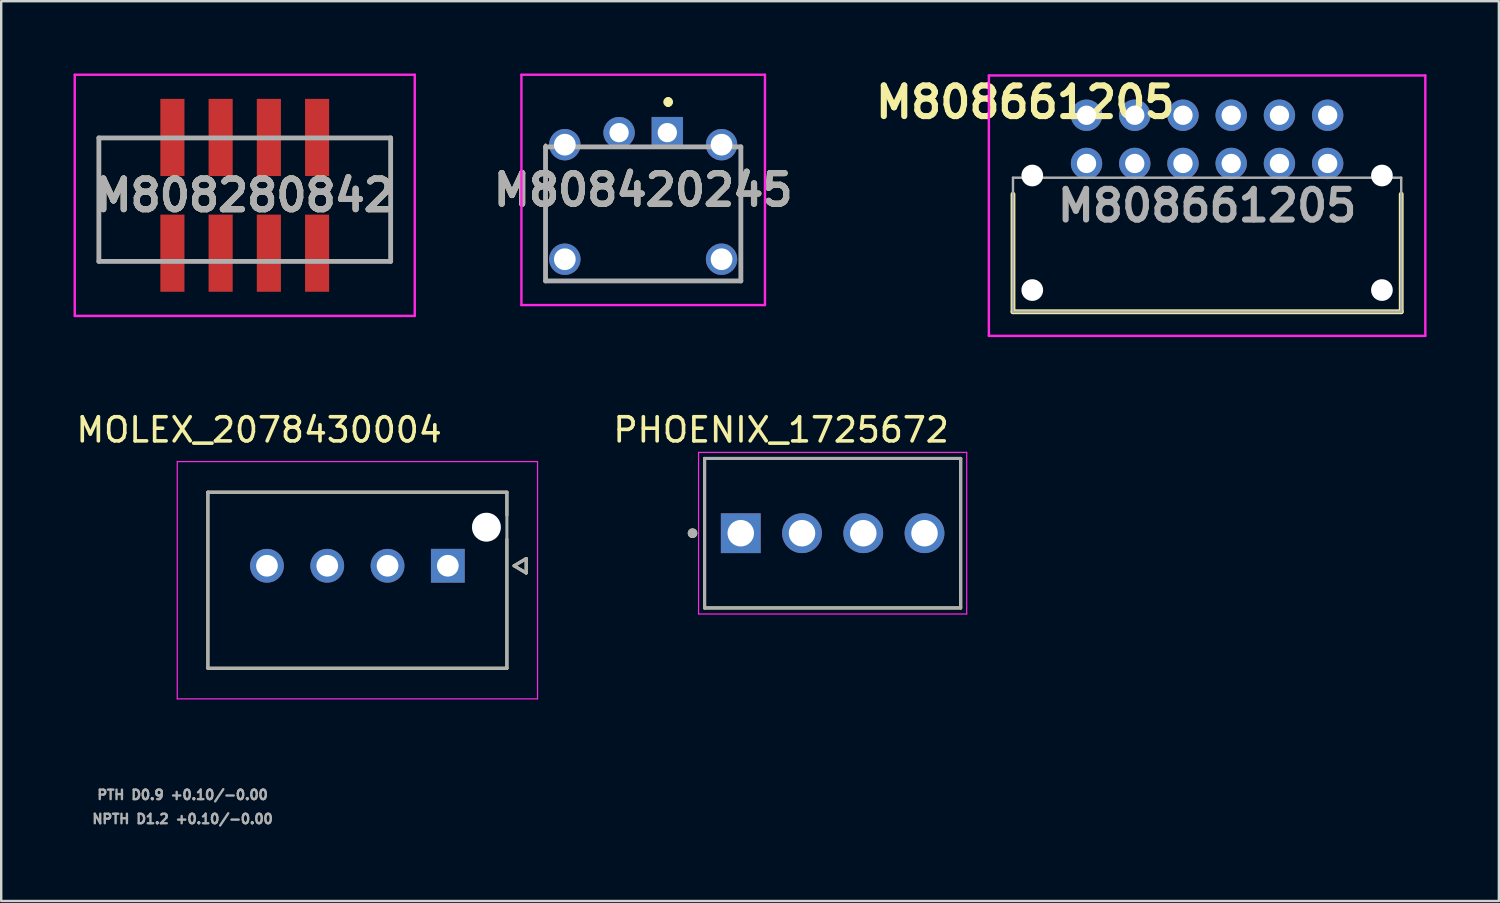
<source format=kicad_pcb>
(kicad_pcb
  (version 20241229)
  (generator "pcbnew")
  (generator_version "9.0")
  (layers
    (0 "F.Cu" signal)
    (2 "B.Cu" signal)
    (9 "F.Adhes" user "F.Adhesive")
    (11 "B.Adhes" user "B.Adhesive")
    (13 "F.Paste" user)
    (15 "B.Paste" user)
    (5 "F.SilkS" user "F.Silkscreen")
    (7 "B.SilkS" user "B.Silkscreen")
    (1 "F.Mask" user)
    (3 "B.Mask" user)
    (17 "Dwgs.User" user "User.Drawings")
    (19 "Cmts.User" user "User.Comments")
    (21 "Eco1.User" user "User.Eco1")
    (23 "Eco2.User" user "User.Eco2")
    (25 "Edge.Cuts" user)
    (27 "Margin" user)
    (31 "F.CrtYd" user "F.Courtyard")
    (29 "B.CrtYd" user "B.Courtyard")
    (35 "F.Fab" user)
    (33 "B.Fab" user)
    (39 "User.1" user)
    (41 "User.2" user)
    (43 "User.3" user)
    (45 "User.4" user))
  (footprint "M808420245"
    (layer "F.Cu")
    (at 22.623 2.45)
    (property "Reference" "M808420245" (at 1 2.375 0) (layer "F.SilkS") (effects (font (size 1.27 1.27) (thickness 0.254))))
    (attr through_hole)
    (fp_line (start -3.05 0.5) (end -3.05 6.15) (stroke (width 0.1) (type solid)) (layer "F.SilkS"))
    (fp_line (start -3.05 6.15) (end 5.05 6.15) (stroke (width 0.1) (type solid)) (layer "F.SilkS"))
    (fp_line (start 2.032 -1.37) (end 2.032 -1.37) (stroke (width 0.2) (type solid)) (layer "F.SilkS"))
    (fp_line (start 2.032 -1.17) (end 2.032 -1.17) (stroke (width 0.2) (type solid)) (layer "F.SilkS"))
    (fp_line (start 2.032 -1.17) (end 2.032 -1.17) (stroke (width 0.2) (type solid)) (layer "F.SilkS"))
    (fp_line (start 5.05 6.15) (end 5.05 0.59) (stroke (width 0.1) (type solid)) (layer "F.SilkS"))
    (fp_arc (start 2.032 -1.37) (mid 2.132 -1.27) (end 2.032 -1.17) (stroke (width 0.2) (type solid)) (layer "F.SilkS"))
    (fp_arc (start 2.032 -1.37) (mid 2.132 -1.27) (end 2.032 -1.17) (stroke (width 0.2) (type solid)) (layer "F.SilkS"))
    (fp_arc (start 2.032 -1.17) (mid 1.932 -1.27) (end 2.032 -1.37) (stroke (width 0.2) (type solid)) (layer "F.SilkS"))
    (fp_line (start -4.05 -2.4) (end 6.05 -2.4) (stroke (width 0.1) (type solid)) (layer "F.CrtYd"))
    (fp_line (start -4.05 7.15) (end -4.05 -2.4) (stroke (width 0.1) (type solid)) (layer "F.CrtYd"))
    (fp_line (start 6.05 -2.4) (end 6.05 7.15) (stroke (width 0.1) (type solid)) (layer "F.CrtYd"))
    (fp_line (start 6.05 7.15) (end -4.05 7.15) (stroke (width 0.1) (type solid)) (layer "F.CrtYd"))
    (fp_line (start -3.05 0.59) (end -3.05 6.15) (stroke (width 0.2) (type solid)) (layer "F.Fab"))
    (fp_line (start -3.05 6.15) (end 5.05 6.15) (stroke (width 0.2) (type solid)) (layer "F.Fab"))
    (fp_line (start 5.05 0.59) (end -3.05 0.59) (stroke (width 0.2) (type solid)) (layer "F.Fab"))
    (fp_line (start 5.05 6.15) (end 5.05 0.59) (stroke (width 0.2) (type solid)) (layer "F.Fab"))
    (fp_text user "${REFERENCE}" (at 1 2.375 0) (layer "F.Fab") (effects (font (size 1.27 1.27) (thickness 0.254))))
    (pad "1" thru_hole rect (at 2 0) (size 1.3 1.3) (drill 0.8) (layers "*.Cu" "*.Mask"))
    (pad "2" thru_hole circle (at 0 0) (size 1.3 1.3) (drill 0.8) (layers "*.Cu" "*.Mask"))
    (pad "MH1" thru_hole circle (at -2.25 0.5) (size 1.3 1.3) (drill 0.9) (layers "*.Cu" "*.Mask"))
    (pad "MH2" thru_hole circle (at 4.25 0.5) (size 1.3 1.3) (drill 0.9) (layers "*.Cu" "*.Mask"))
    (pad "MH3" thru_hole circle (at 4.25 5.25) (size 1.3 1.3) (drill 0.9) (layers "*.Cu" "*.Mask"))
    (pad "MH4" thru_hole circle (at -2.25 5.25) (size 1.3 1.3) (drill 0.9) (layers "*.Cu" "*.Mask")))
  (footprint "PHOENIX_1725672"
    (layer "F.Cu")
    (at 26.169 22.162)
    (property "Reference" "PHOENIX_1725672" (at 3.175 -7.385 0) (layer "F.SilkS") (effects (font (size 1 1) (thickness 0.15))))
    (attr through_hole)
    (fp_line (start 0 -6.2) (end 0 0) (stroke (width 0.127) (type solid)) (layer "F.SilkS"))
    (fp_line (start 0 0) (end 10.62 0) (stroke (width 0.127) (type solid)) (layer "F.SilkS"))
    (fp_line (start 10.62 -6.2) (end 0 -6.2) (stroke (width 0.127) (type solid)) (layer "F.SilkS"))
    (fp_line (start 10.62 0) (end 10.62 -6.2) (stroke (width 0.127) (type solid)) (layer "F.SilkS"))
    (fp_circle (center -0.5 -3.1) (end -0.4 -3.1) (stroke (width 0.2) (type solid)) (fill no) (layer "F.SilkS"))
    (fp_line (start -0.25 -6.45) (end -0.25 0.25) (stroke (width 0.05) (type solid)) (layer "F.CrtYd"))
    (fp_line (start -0.25 0.25) (end 10.87 0.25) (stroke (width 0.05) (type solid)) (layer "F.CrtYd"))
    (fp_line (start 10.87 -6.45) (end -0.25 -6.45) (stroke (width 0.05) (type solid)) (layer "F.CrtYd"))
    (fp_line (start 10.87 0.25) (end 10.87 -6.45) (stroke (width 0.05) (type solid)) (layer "F.CrtYd"))
    (fp_line (start 0 -6.2) (end 0 0) (stroke (width 0.127) (type solid)) (layer "F.Fab"))
    (fp_line (start 0 0) (end 10.62 0) (stroke (width 0.127) (type solid)) (layer "F.Fab"))
    (fp_line (start 10.62 -6.2) (end 0 -6.2) (stroke (width 0.127) (type solid)) (layer "F.Fab"))
    (fp_line (start 10.62 0) (end 10.62 -6.2) (stroke (width 0.127) (type solid)) (layer "F.Fab"))
    (fp_circle (center -0.5 -3.1) (end -0.4 -3.1) (stroke (width 0.2) (type solid)) (fill no) (layer "F.Fab"))
    (pad "1" thru_hole rect (at 1.5 -3.1) (size 1.65 1.65) (drill 1.1) (layers "*.Cu" "*.Mask"))
    (pad "2" thru_hole circle (at 4.04 -3.1) (size 1.65 1.65) (drill 1.1) (layers "*.Cu" "*.Mask"))
    (pad "3" thru_hole circle (at 6.58 -3.1) (size 1.65 1.65) (drill 1.1) (layers "*.Cu" "*.Mask"))
    (pad "4" thru_hole circle (at 9.12 -3.1) (size 1.65 1.65) (drill 1.1) (layers "*.Cu" "*.Mask")))
  (footprint "M808280842"
    (layer "F.Cu")
    (at 7.1 5.05)
    (property "Reference" "M808280842" (at 0 0 0) (layer "F.SilkS") (effects (font (size 1.27 1.27) (thickness 0.254))))
    (attr smd)
    (fp_line (start -6.05 -2.38) (end -6.05 2.74) (stroke (width 0.1) (type solid)) (layer "F.SilkS"))
    (fp_line (start -6.05 2.74) (end -4.5 2.74) (stroke (width 0.1) (type solid)) (layer "F.SilkS"))
    (fp_line (start -4.5 -2.38) (end -6.05 -2.38) (stroke (width 0.1) (type solid)) (layer "F.SilkS"))
    (fp_line (start 4.5 -2.38) (end 6.05 -2.38) (stroke (width 0.1) (type solid)) (layer "F.SilkS"))
    (fp_line (start 6.05 -2.38) (end 6.05 2.74) (stroke (width 0.1) (type solid)) (layer "F.SilkS"))
    (fp_line (start 6.05 2.74) (end 4.5 2.74) (stroke (width 0.1) (type solid)) (layer "F.SilkS"))
    (fp_line (start -7.05 -5) (end 7.05 -5) (stroke (width 0.1) (type solid)) (layer "F.CrtYd"))
    (fp_line (start -7.05 5) (end -7.05 -5) (stroke (width 0.1) (type solid)) (layer "F.CrtYd"))
    (fp_line (start 7.05 -5) (end 7.05 5) (stroke (width 0.1) (type solid)) (layer "F.CrtYd"))
    (fp_line (start 7.05 5) (end -7.05 5) (stroke (width 0.1) (type solid)) (layer "F.CrtYd"))
    (fp_line (start -6.05 -2.38) (end 6.05 -2.38) (stroke (width 0.2) (type solid)) (layer "F.Fab"))
    (fp_line (start -6.05 2.74) (end -6.05 -2.38) (stroke (width 0.2) (type solid)) (layer "F.Fab"))
    (fp_line (start 6.05 -2.38) (end 6.05 2.74) (stroke (width 0.2) (type solid)) (layer "F.Fab"))
    (fp_line (start 6.05 2.74) (end -6.05 2.74) (stroke (width 0.2) (type solid)) (layer "F.Fab"))
    (fp_text user "${REFERENCE}" (at 0 0 0) (layer "F.Fab") (effects (font (size 1.27 1.27) (thickness 0.254))))
    (pad "1" smd rect (at -3 2.4) (size 1 3.2) (layers "F.Cu" "F.Mask" "F.Paste"))
    (pad "2" smd rect (at -1 2.4) (size 1 3.2) (layers "F.Cu" "F.Mask" "F.Paste"))
    (pad "3" smd rect (at 1 2.4) (size 1 3.2) (layers "F.Cu" "F.Mask" "F.Paste"))
    (pad "4" smd rect (at 3 2.4) (size 1 3.2) (layers "F.Cu" "F.Mask" "F.Paste"))
    (pad "5" smd rect (at -3 -2.4) (size 1 3.2) (layers "F.Cu" "F.Mask" "F.Paste"))
    (pad "6" smd rect (at -1 -2.4) (size 1 3.2) (layers "F.Cu" "F.Mask" "F.Paste"))
    (pad "7" smd rect (at 1 -2.4) (size 1 3.2) (layers "F.Cu" "F.Mask" "F.Paste"))
    (pad "8" smd rect (at 3 -2.4) (size 1 3.2) (layers "F.Cu" "F.Mask" "F.Paste")))
  (footprint "M808661205"
    (layer "F.Cu")
    (at 42.008 3.729)
    (property "Reference" "M808661205" (at -2.54 -2.54 0) (layer "F.SilkS") (effects (font (size 1.27 1.27) (thickness 0.254))))
    (attr through_hole)
    (fp_line (start -3.05 1.275) (end -3.05 6.15) (stroke (width 0.2) (type solid)) (layer "F.SilkS"))
    (fp_line (start -3.05 6.15) (end 13.05 6.15) (stroke (width 0.2) (type solid)) (layer "F.SilkS"))
    (fp_line (start 13.05 6.15) (end 13.05 1.275) (stroke (width 0.2) (type solid)) (layer "F.SilkS"))
    (fp_line (start -4.05 -3.65) (end 14.05 -3.65) (stroke (width 0.1) (type solid)) (layer "F.CrtYd"))
    (fp_line (start -4.05 7.15) (end -4.05 -3.65) (stroke (width 0.1) (type solid)) (layer "F.CrtYd"))
    (fp_line (start 14.05 -3.65) (end 14.05 7.15) (stroke (width 0.1) (type solid)) (layer "F.CrtYd"))
    (fp_line (start 14.05 7.15) (end -4.05 7.15) (stroke (width 0.1) (type solid)) (layer "F.CrtYd"))
    (fp_line (start -3.05 0.59) (end 13.05 0.59) (stroke (width 0.1) (type solid)) (layer "F.Fab"))
    (fp_line (start -3.05 6.15) (end -3.05 0.59) (stroke (width 0.1) (type solid)) (layer "F.Fab"))
    (fp_line (start 13.05 0.59) (end 13.05 6.15) (stroke (width 0.1) (type solid)) (layer "F.Fab"))
    (fp_line (start 13.05 6.15) (end -3.05 6.15) (stroke (width 0.1) (type solid)) (layer "F.Fab"))
    (fp_text user "${REFERENCE}" (at 5 1.75 0) (layer "F.Fab") (effects (font (size 1.27 1.27) (thickness 0.254))))
    (pad "" np_thru_hole circle (at -2.25 0.5) (size 0.9 0.9) (drill 0.9) (layers "*.Cu" "*.Mask"))
    (pad "" np_thru_hole circle (at -2.25 5.25) (size 0.9 0.9) (drill 0.9) (layers "*.Cu" "*.Mask"))
    (pad "" np_thru_hole circle (at 12.25 0.5) (size 0.9 0.9) (drill 0.9) (layers "*.Cu" "*.Mask"))
    (pad "" np_thru_hole circle (at 12.25 5.25) (size 0.9 0.9) (drill 0.9) (layers "*.Cu" "*.Mask"))
    (pad "1" thru_hole circle (at 0 0) (size 1.3 1.3) (drill 0.8) (layers "*.Cu" "*.Mask"))
    (pad "2" thru_hole circle (at 2 0) (size 1.3 1.3) (drill 0.8) (layers "*.Cu" "*.Mask"))
    (pad "3" thru_hole circle (at 4 0) (size 1.3 1.3) (drill 0.8) (layers "*.Cu" "*.Mask"))
    (pad "4" thru_hole circle (at 6 0) (size 1.3 1.3) (drill 0.8) (layers "*.Cu" "*.Mask"))
    (pad "5" thru_hole circle (at 8 0) (size 1.3 1.3) (drill 0.8) (layers "*.Cu" "*.Mask"))
    (pad "6" thru_hole circle (at 10 0) (size 1.3 1.3) (drill 0.8) (layers "*.Cu" "*.Mask"))
    (pad "7" thru_hole circle (at 0 -2) (size 1.3 1.3) (drill 0.8) (layers "*.Cu" "*.Mask"))
    (pad "8" thru_hole circle (at 2 -2) (size 1.3 1.3) (drill 0.8) (layers "*.Cu" "*.Mask"))
    (pad "9" thru_hole circle (at 4 -2) (size 1.3 1.3) (drill 0.8) (layers "*.Cu" "*.Mask"))
    (pad "10" thru_hole circle (at 6 -2) (size 1.3 1.3) (drill 0.8) (layers "*.Cu" "*.Mask"))
    (pad "11" thru_hole circle (at 8 -2) (size 1.3 1.3) (drill 0.8) (layers "*.Cu" "*.Mask"))
    (pad "12" thru_hole circle (at 10 -2) (size 1.3 1.3) (drill 0.8) (layers "*.Cu" "*.Mask")))
  (footprint "MOLEX_2078430004"
    (layer "F.Cu")
    (at 15.521 20.412)
    (property "Reference" "MOLEX_2078430004" (at -7.825 -5.635 0) (layer "F.SilkS") (effects (font (size 1 1) (thickness 0.15))))
    (attr through_hole)
    (fp_circle (center -7.5 0) (end -7.112 0) (stroke (width 0.776) (type solid)) (fill no) (layer "F.Mask"))
    (fp_circle (center -5 0) (end -4.612 0) (stroke (width 0.776) (type solid)) (fill no) (layer "F.Mask"))
    (fp_circle (center -2.5 0) (end -2.112 0) (stroke (width 0.776) (type solid)) (fill no) (layer "F.Mask"))
    (fp_circle (center 1.6 -1.6) (end 1.938 -1.6) (stroke (width 0.676) (type solid)) (fill no) (layer "F.Mask"))
    (fp_poly (pts (xy -0.776 -0.776) (xy 0.776 -0.776) (xy 0.776 0.776) (xy -0.776 0.776)) (stroke (width 0.01) (type solid)) (fill yes) (layer "F.Mask"))
    (fp_circle (center -7.5 0) (end -7.112 0) (stroke (width 0.776) (type solid)) (fill no) (layer "B.Mask"))
    (fp_circle (center -5 0) (end -4.612 0) (stroke (width 0.776) (type solid)) (fill no) (layer "B.Mask"))
    (fp_circle (center -2.5 0) (end -2.112 0) (stroke (width 0.776) (type solid)) (fill no) (layer "B.Mask"))
    (fp_circle (center 1.6 -1.6) (end 1.938 -1.6) (stroke (width 0.676) (type solid)) (fill no) (layer "B.Mask"))
    (fp_poly (pts (xy -0.776 -0.776) (xy 0.776 -0.776) (xy 0.776 0.776) (xy -0.776 0.776)) (stroke (width 0.01) (type solid)) (fill yes) (layer "B.Mask"))
    (fp_line (start -9.95 -3.05) (end 2.45 -3.05) (stroke (width 0.127) (type solid)) (layer "F.SilkS"))
    (fp_line (start -9.95 4.25) (end -9.95 -3.05) (stroke (width 0.127) (type solid)) (layer "F.SilkS"))
    (fp_line (start 2.45 -3.05) (end 2.45 -2.1) (stroke (width 0.127) (type solid)) (layer "F.SilkS"))
    (fp_line (start 2.45 -1.1) (end 2.45 4.25) (stroke (width 0.127) (type solid)) (layer "F.SilkS"))
    (fp_line (start 2.45 4.25) (end -9.95 4.25) (stroke (width 0.127) (type solid)) (layer "F.SilkS"))
    (fp_line (start 2.75 0) (end 3.25 -0.3) (stroke (width 0.127) (type solid)) (layer "F.SilkS"))
    (fp_line (start 3.25 -0.3) (end 3.25 0.3) (stroke (width 0.127) (type solid)) (layer "F.SilkS"))
    (fp_line (start 3.25 0.3) (end 2.75 0) (stroke (width 0.127) (type solid)) (layer "F.SilkS"))
    (fp_line (start -11.22 -4.32) (end 3.72 -4.32) (stroke (width 0.05) (type solid)) (layer "F.CrtYd"))
    (fp_line (start -11.22 5.52) (end -11.22 -4.32) (stroke (width 0.05) (type solid)) (layer "F.CrtYd"))
    (fp_line (start 3.72 -4.32) (end 3.72 5.52) (stroke (width 0.05) (type solid)) (layer "F.CrtYd"))
    (fp_line (start 3.72 5.52) (end -11.22 5.52) (stroke (width 0.05) (type solid)) (layer "F.CrtYd"))
    (fp_line (start -9.95 -3.05) (end 2.45 -3.05) (stroke (width 0.127) (type solid)) (layer "F.Fab"))
    (fp_line (start -9.95 4.25) (end -9.95 -3.05) (stroke (width 0.127) (type solid)) (layer "F.Fab"))
    (fp_line (start 2.45 -3.05) (end 2.45 4.25) (stroke (width 0.127) (type solid)) (layer "F.Fab"))
    (fp_line (start 2.45 4.25) (end -9.95 4.25) (stroke (width 0.127) (type solid)) (layer "F.Fab"))
    (fp_line (start 2.75 0) (end 3.25 -0.3) (stroke (width 0.127) (type solid)) (layer "F.Fab"))
    (fp_line (start 3.25 -0.3) (end 3.25 0.3) (stroke (width 0.127) (type solid)) (layer "F.Fab"))
    (fp_line (start 3.25 0.3) (end 2.75 0) (stroke (width 0.127) (type solid)) (layer "F.Fab"))
    (fp_text user "NPTH D1.2 +0.10/-0.00" (at -11 10.5 0) (layer "F.Fab") (effects (font (size 0.394 0.394) (thickness 0.15))))
    (fp_text user "PTH D0.9 +0.10/-0.00" (at -11 9.5 0) (layer "F.Fab") (effects (font (size 0.394 0.394) (thickness 0.15))))
    (pad "" np_thru_hole circle (at 1.6 -1.6) (size 1.2 1.2) (drill 1.2) (layers "*.Cu" "*.Mask"))
    (pad "1" thru_hole rect (at 0 0) (size 1.4 1.4) (drill 0.9) (layers "*.Cu"))
    (pad "2" thru_hole circle (at -2.5 0) (size 1.4 1.4) (drill 0.9) (layers "*.Cu"))
    (pad "3" thru_hole circle (at -5 0) (size 1.4 1.4) (drill 0.9) (layers "*.Cu"))
    (pad "4" thru_hole circle (at -7.5 0) (size 1.4 1.4) (drill 0.9) (layers "*.Cu")))
  (gr_rect
    (start -3 -3)
    (end 59.108 34.315)
    (stroke (width 0.1) (type default))
    (fill no)
    (layer "Edge.Cuts")))
</source>
